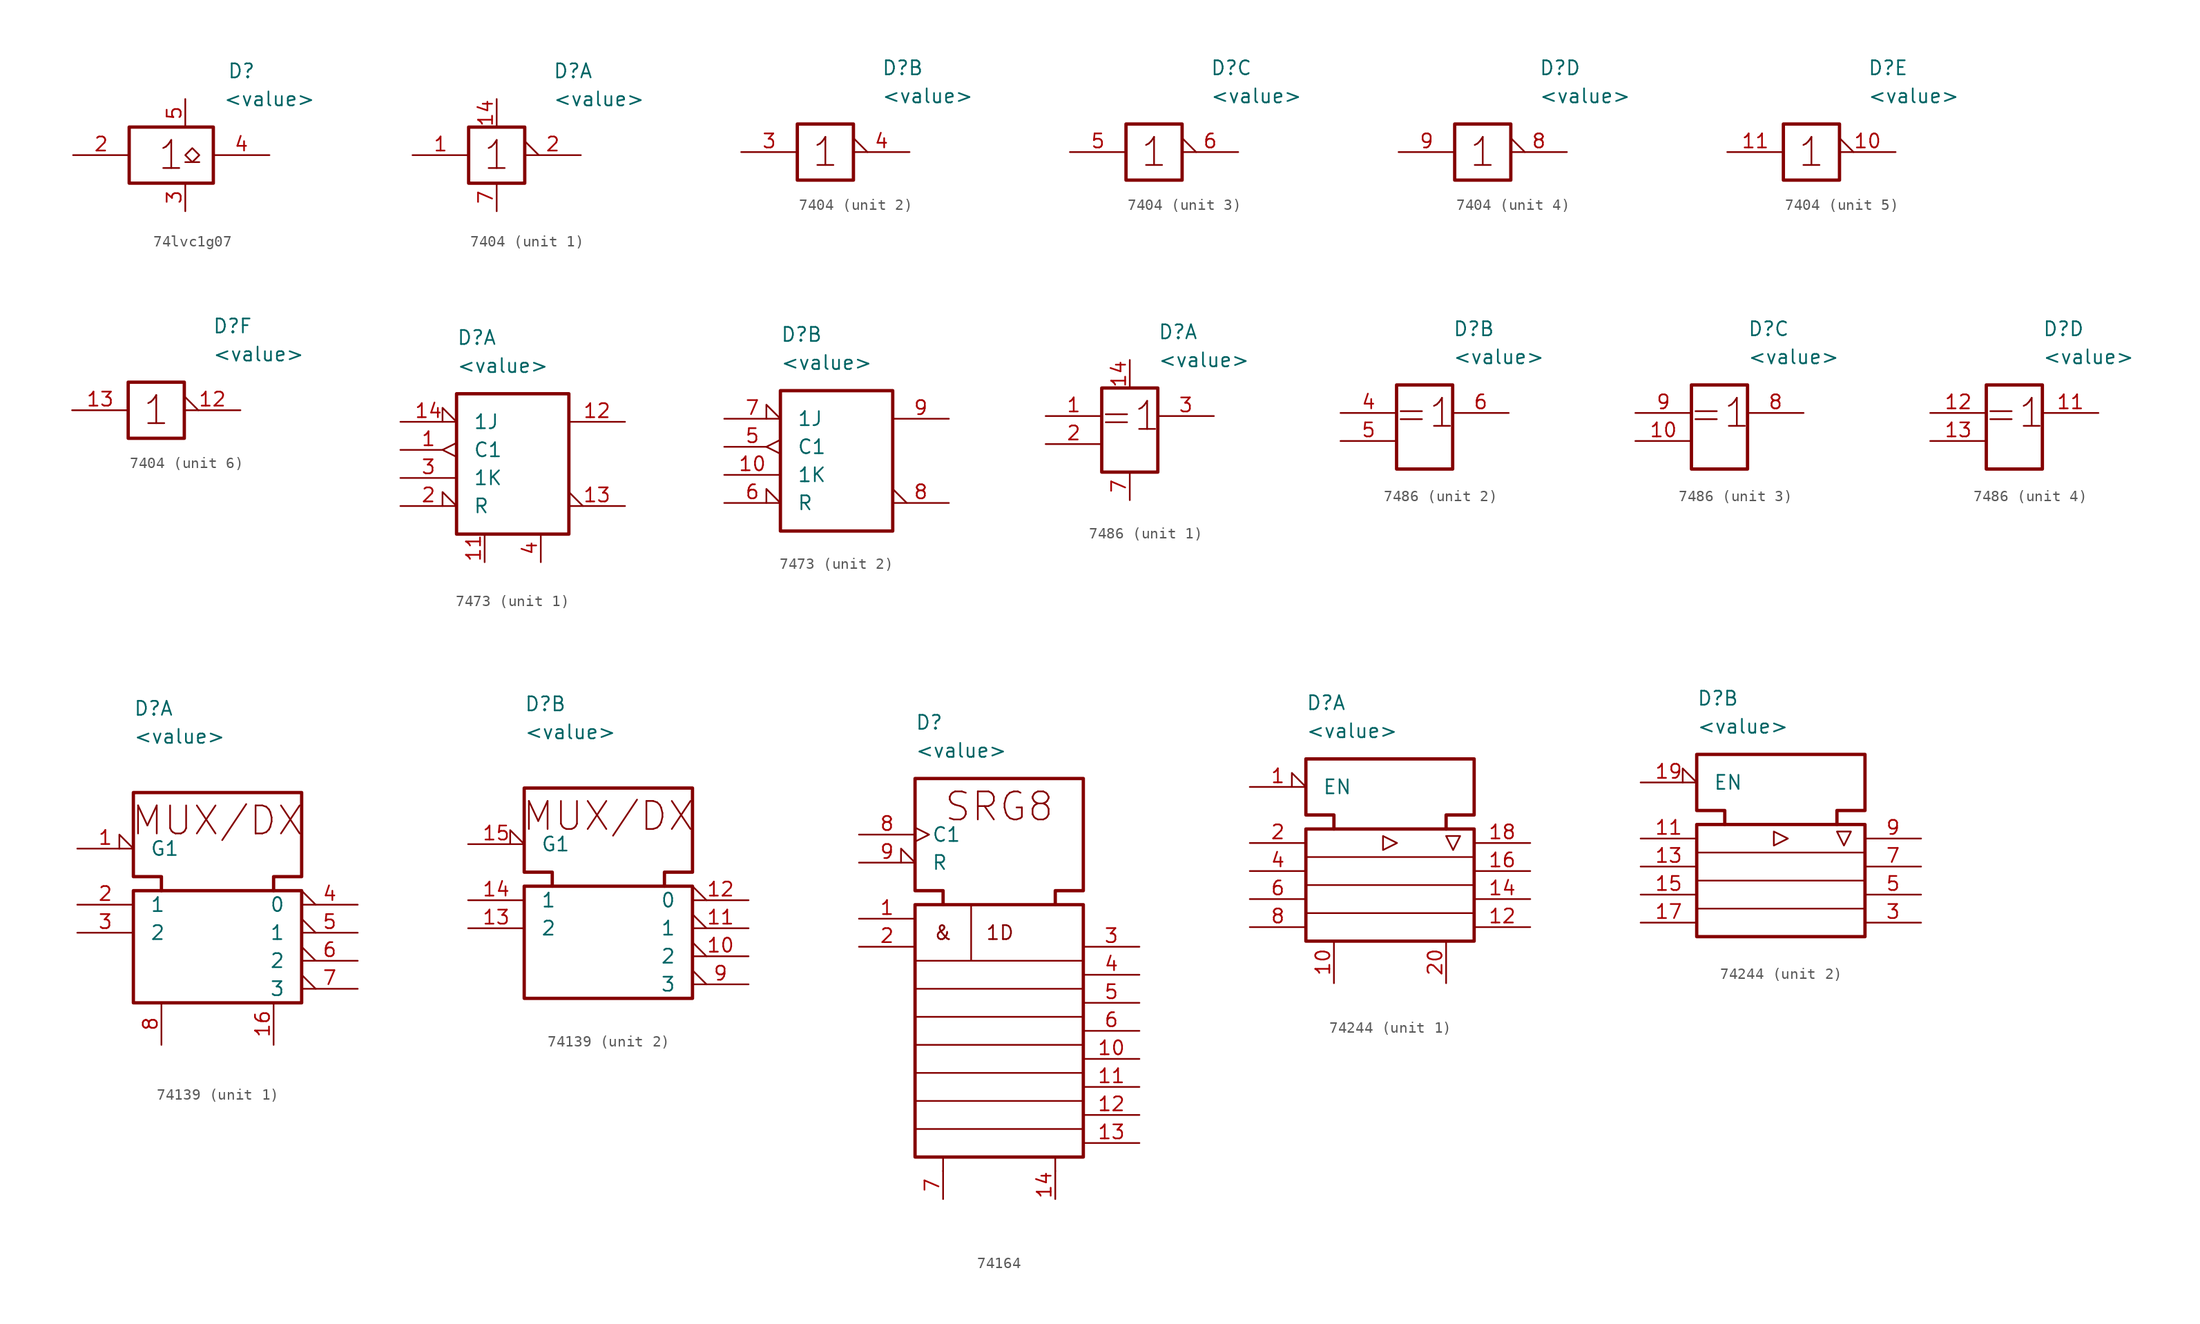
<source format=kicad_sym>
(kicad_symbol_lib
  (version 20231120)
  (generator "kicad_symbol_editor")
  (generator_version "8.0")
  (symbol "74lvc1g07"
    (property "Reference" "D"
      (at 7.62 7.62 0)
      (effects (font (size 1.27 1.27))))
    (property "Value" "<value>"
      (at 10.16 5.08 0)
      (effects (font (size 1.27 1.27))))
    (symbol "74lvc1g07_0_1"
      (rectangle (start -2.54 2.54) (end 5.08 -2.54) (stroke (width 0.3) (type default)) (fill (type none)))
      (polyline (pts (xy 2.54 -0.635) (xy 3.81 -0.635)) (stroke (width 0) (type default)) (fill (type none)))
      (polyline (pts (xy 3.175 0.635) (xy 2.54 0) (xy 3.175 -0.635) (xy 3.81 0) (xy 3.175 0.635)) (stroke (width 0) (type default)) (fill (type none)))
      (text "1" (at 1.27 0 0) (effects (font (size 2.54 2.54)))))
    (symbol "74lvc1g07_1_1"
      (pin input line (at -7.62 0 0) (length 5.08) (name "" (effects (font (size 1.27 1.27)))) (number "2" (effects (font (size 1.27 1.27)))))
      (pin power_in line (at 2.54 -5.08 90) (length 2.54) (name "" (effects (font (size 1.27 1.27)))) (number "3" (effects (font (size 1.27 1.27)))))
      (pin output line (at 10.16 0 180) (length 5.08) (name "" (effects (font (size 1.27 1.27)))) (number "4" (effects (font (size 1.27 1.27)))))
      (pin power_in line (at 2.54 5.08 270) (length 2.54) (name "" (effects (font (size 1.27 1.27)))) (number "5" (effects (font (size 1.27 1.27)))))))
  (symbol "7404"
    (pin_names
      (offset 1) hide)
    (property "Reference" "D"
      (at 7.62 7.62 0)
      (effects (font (size 1.27 1.27)) (justify left)))
    (property "Value" "<value>"
      (at 7.62 5.08 0)
      (effects (font (size 1.27 1.27)) (justify left)))
    (symbol "7404_0_1"
      (rectangle (start 0 2.54) (end 5.08 -2.54) (stroke (width 0.3) (type default)) (fill (type none)))
      (text "1" (at 2.54 0 0) (effects (font (size 2.54 2.54)))))
    (symbol "7404_1_1"
      (pin input line (at -5.08 0 0) (length 5.08) (name "" (effects (font (size 1.27 1.27)))) (number "1" (effects (font (size 1.27 1.27)))))
      (pin power_in line (at 2.54 5.08 270) (length 2.54) (name "" (effects (font (size 1.27 1.27)))) (number "14" (effects (font (size 1.27 1.27)))))
      (pin output output_low (at 10.16 0 180) (length 5.08) (name "" (effects (font (size 1.27 1.27)))) (number "2" (effects (font (size 1.27 1.27)))))
      (pin power_in line (at 2.54 -5.08 90) (length 2.54) (name "" (effects (font (size 1.27 1.27)))) (number "7" (effects (font (size 1.27 1.27))))))
    (symbol "7404_2_1"
      (pin input line (at -5.08 0 0) (length 5.08) (name "" (effects (font (size 1.27 1.27)))) (number "3" (effects (font (size 1.27 1.27)))))
      (pin output output_low (at 10.16 0 180) (length 5.08) (name "" (effects (font (size 1.27 1.27)))) (number "4" (effects (font (size 1.27 1.27))))))
    (symbol "7404_3_1"
      (pin input line (at -5.08 0 0) (length 5.08) (name "" (effects (font (size 1.27 1.27)))) (number "5" (effects (font (size 1.27 1.27)))))
      (pin output output_low (at 10.16 0 180) (length 5.08) (name "" (effects (font (size 1.27 1.27)))) (number "6" (effects (font (size 1.27 1.27))))))
    (symbol "7404_4_1"
      (pin output output_low (at 10.16 0 180) (length 5.08) (name "" (effects (font (size 1.27 1.27)))) (number "8" (effects (font (size 1.27 1.27)))))
      (pin input line (at -5.08 0 0) (length 5.08) (name "" (effects (font (size 1.27 1.27)))) (number "9" (effects (font (size 1.27 1.27))))))
    (symbol "7404_5_1"
      (pin output output_low (at 10.16 0 180) (length 5.08) (name "" (effects (font (size 1.27 1.27)))) (number "10" (effects (font (size 1.27 1.27)))))
      (pin input line (at -5.08 0 0) (length 5.08) (name "" (effects (font (size 1.27 1.27)))) (number "11" (effects (font (size 1.27 1.27))))))
    (symbol "7404_6_1"
      (pin output output_low (at 10.16 0 180) (length 5.08) (name "" (effects (font (size 1.27 1.27)))) (number "12" (effects (font (size 1.27 1.27)))))
      (pin input line (at -5.08 0 0) (length 5.08) (name "" (effects (font (size 1.27 1.27)))) (number "13" (effects (font (size 1.27 1.27)))))))
  (symbol "7473"
    (pin_names
      (offset 1.5))
    (property "Reference" "D"
      (at -5.08 10.16 0)
      (effects (font (size 1.27 1.27)) (justify left)))
    (property "Value" "<value>"
      (at -5.08 7.62 0)
      (effects (font (size 1.27 1.27)) (justify left)))
    (symbol "7473_0_1"
      (rectangle (start -5.08 5.08) (end 5.08 -7.62) (stroke (width 0.3) (type default)) (fill (type none))))
    (symbol "7473_1_1"
      (pin input edge_clock_high (at -10.16 0 0) (length 5.08) (name "C1" (effects (font (size 1.27 1.27)))) (number "1" (effects (font (size 1.27 1.27)))))
      (pin power_in line (at -2.54 -10.16 90) (length 2.54) (name "" (effects (font (size 1.27 1.27)))) (number "11" (effects (font (size 1.27 1.27)))))
      (pin output line (at 10.16 2.54 180) (length 5.08) (name "" (effects (font (size 1.27 1.27)))) (number "12" (effects (font (size 1.27 1.27)))))
      (pin output output_low (at 10.16 -5.08 180) (length 5.08) (name "" (effects (font (size 1.27 1.27)))) (number "13" (effects (font (size 1.27 1.27)))))
      (pin input input_low (at -10.16 2.54 0) (length 5.08) (name "1J" (effects (font (size 1.27 1.27)))) (number "14" (effects (font (size 1.27 1.27)))))
      (pin input input_low (at -10.16 -5.08 0) (length 5.08) (name "R" (effects (font (size 1.27 1.27)))) (number "2" (effects (font (size 1.27 1.27)))))
      (pin input line (at -10.16 -2.54 0) (length 5.08) (name "1K" (effects (font (size 1.27 1.27)))) (number "3" (effects (font (size 1.27 1.27)))))
      (pin power_in line (at 2.54 -10.16 90) (length 2.54) (name "" (effects (font (size 1.27 1.27)))) (number "4" (effects (font (size 1.27 1.27))))))
    (symbol "7473_2_1"
      (pin input line (at -10.16 -2.54 0) (length 5.08) (name "1K" (effects (font (size 1.27 1.27)))) (number "10" (effects (font (size 1.27 1.27)))))
      (pin input edge_clock_high (at -10.16 0 0) (length 5.08) (name "C1" (effects (font (size 1.27 1.27)))) (number "5" (effects (font (size 1.27 1.27)))))
      (pin input input_low (at -10.16 -5.08 0) (length 5.08) (name "R" (effects (font (size 1.27 1.27)))) (number "6" (effects (font (size 1.27 1.27)))))
      (pin input input_low (at -10.16 2.54 0) (length 5.08) (name "1J" (effects (font (size 1.27 1.27)))) (number "7" (effects (font (size 1.27 1.27)))))
      (pin output output_low (at 10.16 -5.08 180) (length 5.08) (name "" (effects (font (size 1.27 1.27)))) (number "8" (effects (font (size 1.27 1.27)))))
      (pin output line (at 10.16 2.54 180) (length 5.08) (name "" (effects (font (size 1.27 1.27)))) (number "9" (effects (font (size 1.27 1.27)))))))
  (symbol "7486"
    (pin_names
      (offset 1) hide)
    (property "Reference" "D"
      (at 2.54 7.62 0)
      (effects (font (size 1.27 1.27)) (justify left)))
    (property "Value" "<value>"
      (at 2.54 5.08 0)
      (effects (font (size 1.27 1.27)) (justify left)))
    (symbol "7486_0_1"
      (rectangle (start -2.54 2.54) (end 2.54 -5.08) (stroke (width 0.3) (type default)) (fill (type none)))
      (text "=1" (at 0 0 0) (effects (font (size 2.54 2.54)))))
    (symbol "7486_1_1"
      (pin input line (at -7.62 0 0) (length 5.08) (name "1" (effects (font (size 1.27 1.27)))) (number "1" (effects (font (size 1.27 1.27)))))
      (pin power_in line (at 0 5.08 270) (length 2.54) (name "VCC" (effects (font (size 1.27 1.27)))) (number "14" (effects (font (size 1.27 1.27)))))
      (pin input line (at -7.62 -2.54 0) (length 5.08) (name "2" (effects (font (size 1.27 1.27)))) (number "2" (effects (font (size 1.27 1.27)))))
      (pin output line (at 7.62 0 180) (length 5.08) (name "3" (effects (font (size 1.27 1.27)))) (number "3" (effects (font (size 1.27 1.27)))))
      (pin power_in line (at 0 -7.62 90) (length 2.54) (name "GND" (effects (font (size 1.27 1.27)))) (number "7" (effects (font (size 1.27 1.27))))))
    (symbol "7486_2_1"
      (pin input line (at -7.62 0 0) (length 5.08) (name "4" (effects (font (size 1.27 1.27)))) (number "4" (effects (font (size 1.27 1.27)))))
      (pin input line (at -7.62 -2.54 0) (length 5.08) (name "5" (effects (font (size 1.27 1.27)))) (number "5" (effects (font (size 1.27 1.27)))))
      (pin output line (at 7.62 0 180) (length 5.08) (name "6" (effects (font (size 1.27 1.27)))) (number "6" (effects (font (size 1.27 1.27))))))
    (symbol "7486_3_1"
      (pin input line (at -7.62 -2.54 0) (length 5.08) (name "10" (effects (font (size 1.27 1.27)))) (number "10" (effects (font (size 1.27 1.27)))))
      (pin output line (at 7.62 0 180) (length 5.08) (name "8" (effects (font (size 1.27 1.27)))) (number "8" (effects (font (size 1.27 1.27)))))
      (pin input line (at -7.62 0 0) (length 5.08) (name "9" (effects (font (size 1.27 1.27)))) (number "9" (effects (font (size 1.27 1.27))))))
    (symbol "7486_4_1"
      (pin output line (at 7.62 0 180) (length 5.08) (name "11" (effects (font (size 1.27 1.27)))) (number "11" (effects (font (size 1.27 1.27)))))
      (pin input line (at -7.62 0 0) (length 5.08) (name "12" (effects (font (size 1.27 1.27)))) (number "12" (effects (font (size 1.27 1.27)))))
      (pin input line (at -7.62 -2.54 0) (length 5.08) (name "13" (effects (font (size 1.27 1.27)))) (number "13" (effects (font (size 1.27 1.27)))))))
  (symbol "74139"
    (pin_names
      (offset 1.5))
    (property "Reference" "D"
      (at 5.08 12.7 0)
      (effects (font (size 1.27 1.27)) (justify left)))
    (property "Value" "<value>"
      (at 5.08 10.16 0)
      (effects (font (size 1.27 1.27)) (justify left)))
    (symbol "74139_0_1"
      (polyline (pts (xy 7.62 -3.81) (xy 7.62 -2.54) (xy 5.08 -2.54) (xy 5.08 5.08) (xy 20.32 5.08) (xy 20.32 -2.54) (xy 17.78 -2.54) (xy 17.78 -3.81)) (stroke (width 0.3) (type default)) (fill (type none)))
      (rectangle (start 5.08 -3.81) (end 20.32 -13.97) (stroke (width 0.3) (type default)) (fill (type none)))
      (text "MUX/DX" (at 12.7 2.54 0) (effects (font (size 2.54 2.54)))))
    (symbol "74139_1_1"
      (pin input input_low (at 0 0 0) (length 5.08) (name "G1" (effects (font (size 1.27 1.27)))) (number "1" (effects (font (size 1.27 1.27)))))
      (pin power_in line (at 17.78 -17.78 90) (length 3.81) (name "" (effects (font (size 1.27 1.27)))) (number "16" (effects (font (size 1.27 1.27)))))
      (pin input line (at 0 -5.08 0) (length 5.08) (name "1" (effects (font (size 1.27 1.27)))) (number "2" (effects (font (size 1.27 1.27)))))
      (pin input line (at 0 -7.62 0) (length 5.08) (name "2" (effects (font (size 1.27 1.27)))) (number "3" (effects (font (size 1.27 1.27)))))
      (pin output output_low (at 25.4 -5.08 180) (length 5.08) (name "0" (effects (font (size 1.27 1.27)))) (number "4" (effects (font (size 1.27 1.27)))))
      (pin output output_low (at 25.4 -7.62 180) (length 5.08) (name "1" (effects (font (size 1.27 1.27)))) (number "5" (effects (font (size 1.27 1.27)))))
      (pin output output_low (at 25.4 -10.16 180) (length 5.08) (name "2" (effects (font (size 1.27 1.27)))) (number "6" (effects (font (size 1.27 1.27)))))
      (pin output output_low (at 25.4 -12.7 180) (length 5.08) (name "3" (effects (font (size 1.27 1.27)))) (number "7" (effects (font (size 1.27 1.27)))))
      (pin power_in line (at 7.62 -17.78 90) (length 3.81) (name "" (effects (font (size 1.27 1.27)))) (number "8" (effects (font (size 1.27 1.27))))))
    (symbol "74139_2_1"
      (pin output output_low (at 25.4 -10.16 180) (length 5.08) (name "2" (effects (font (size 1.27 1.27)))) (number "10" (effects (font (size 1.27 1.27)))))
      (pin output output_low (at 25.4 -7.62 180) (length 5.08) (name "1" (effects (font (size 1.27 1.27)))) (number "11" (effects (font (size 1.27 1.27)))))
      (pin output output_low (at 25.4 -5.08 180) (length 5.08) (name "0" (effects (font (size 1.27 1.27)))) (number "12" (effects (font (size 1.27 1.27)))))
      (pin input line (at 0 -7.62 0) (length 5.08) (name "2" (effects (font (size 1.27 1.27)))) (number "13" (effects (font (size 1.27 1.27)))))
      (pin input line (at 0 -5.08 0) (length 5.08) (name "1" (effects (font (size 1.27 1.27)))) (number "14" (effects (font (size 1.27 1.27)))))
      (pin input input_low (at 0 0 0) (length 5.08) (name "G1" (effects (font (size 1.27 1.27)))) (number "15" (effects (font (size 1.27 1.27)))))
      (pin output output_low (at 25.4 -12.7 180) (length 5.08) (name "3" (effects (font (size 1.27 1.27)))) (number "9" (effects (font (size 1.27 1.27)))))))
  (symbol "74164"
    (pin_names
      (offset 1.5))
    (property "Reference" "D"
      (at -7.62 27.94 0)
      (effects (font (size 1.27 1.27)) (justify left)))
    (property "Value" "<value>"
      (at -7.62 25.4 0)
      (effects (font (size 1.27 1.27)) (justify left)))
    (symbol "74164_0_1"
      (rectangle (start -7.62 11.43) (end 7.62 -11.43) (stroke (width 0.3) (type default)) (fill (type none)))
      (polyline (pts (xy -5.08 -12.7) (xy -5.08 -11.43)) (stroke (width 0) (type default)) (fill (type none)))
      (polyline (pts (xy -2.54 11.43) (xy -2.54 6.35)) (stroke (width 0) (type default)) (fill (type none)))
      (polyline (pts (xy 5.08 -12.7) (xy 5.08 -11.43)) (stroke (width 0) (type default)) (fill (type none)))
      (polyline (pts (xy 7.62 -8.89) (xy -7.62 -8.89)) (stroke (width 0) (type default)) (fill (type none)))
      (polyline (pts (xy 7.62 -6.35) (xy -7.62 -6.35)) (stroke (width 0) (type default)) (fill (type none)))
      (polyline (pts (xy 7.62 -3.81) (xy -7.62 -3.81)) (stroke (width 0) (type default)) (fill (type none)))
      (polyline (pts (xy 7.62 -1.27) (xy -7.62 -1.27)) (stroke (width 0) (type default)) (fill (type none)))
      (polyline (pts (xy 7.62 1.27) (xy -7.62 1.27)) (stroke (width 0) (type default)) (fill (type none)))
      (polyline (pts (xy 7.62 3.81) (xy -7.62 3.81)) (stroke (width 0) (type default)) (fill (type none)))
      (polyline (pts (xy 7.62 6.35) (xy -7.62 6.35)) (stroke (width 0) (type default)) (fill (type none)))
      (polyline (pts (xy -5.08 11.43) (xy -5.08 12.7) (xy -7.62 12.7) (xy -7.62 22.86) (xy 7.62 22.86) (xy 7.62 12.7) (xy 5.08 12.7) (xy 5.08 11.43)) (stroke (width 0.3) (type default)) (fill (type none)))
      (text "SRG8" (at 0 20.32 0) (effects (font (size 2.54 2.54)))))
    (symbol "74164_1_1"
      (text "&" (at -5.08 8.89 0) (effects (font (size 1.27 1.27))))
      (text "1D" (at -1.27 8.89 0) (effects (font (size 1.27 1.27)) (justify left)))
      (pin input line (at -12.7 10.16 0) (length 5.08) (name "" (effects (font (size 1.27 1.27)))) (number "1" (effects (font (size 1.27 1.27)))))
      (pin output line (at 12.7 -2.54 180) (length 5.08) (name "" (effects (font (size 1.27 1.27)))) (number "10" (effects (font (size 1.27 1.27)))))
      (pin output line (at 12.7 -5.08 180) (length 5.08) (name "" (effects (font (size 1.27 1.27)))) (number "11" (effects (font (size 1.27 1.27)))))
      (pin output line (at 12.7 -7.62 180) (length 5.08) (name "" (effects (font (size 1.27 1.27)))) (number "12" (effects (font (size 1.27 1.27)))))
      (pin output line (at 12.7 -10.16 180) (length 5.08) (name "" (effects (font (size 1.27 1.27)))) (number "13" (effects (font (size 1.27 1.27)))))
      (pin power_in line (at 5.08 -15.24 90) (length 2.54) (name "" (effects (font (size 1.27 1.27)))) (number "14" (effects (font (size 1.27 1.27)))))
      (pin input line (at -12.7 7.62 0) (length 5.08) (name "" (effects (font (size 1.27 1.27)))) (number "2" (effects (font (size 1.27 1.27)))))
      (pin output line (at 12.7 7.62 180) (length 5.08) (name "" (effects (font (size 1.27 1.27)))) (number "3" (effects (font (size 1.27 1.27)))))
      (pin output line (at 12.7 5.08 180) (length 5.08) (name "" (effects (font (size 1.27 1.27)))) (number "4" (effects (font (size 1.27 1.27)))))
      (pin output line (at 12.7 2.54 180) (length 5.08) (name "" (effects (font (size 1.27 1.27)))) (number "5" (effects (font (size 1.27 1.27)))))
      (pin output line (at 12.7 0 180) (length 5.08) (name "" (effects (font (size 1.27 1.27)))) (number "6" (effects (font (size 1.27 1.27)))))
      (pin power_in line (at -5.08 -15.24 90) (length 2.54) (name "" (effects (font (size 1.27 1.27)))) (number "7" (effects (font (size 1.27 1.27)))))
      (pin input clock (at -12.7 17.78 0) (length 5.08) (name "C1" (effects (font (size 1.27 1.27)))) (number "8" (effects (font (size 1.27 1.27)))))
      (pin input input_low (at -12.7 15.24 0) (length 5.08) (name "R" (effects (font (size 1.27 1.27)))) (number "9" (effects (font (size 1.27 1.27)))))))
  (symbol "74244"
    (pin_names
      (offset 1.5))
    (property "Reference" "D"
      (at -7.62 22.86 0)
      (effects (font (size 1.27 1.27)) (justify left)))
    (property "Value" "<value>"
      (at -7.62 20.32 0)
      (effects (font (size 1.27 1.27)) (justify left)))
    (symbol "74244_0_1"
      (rectangle (start -7.62 11.43) (end 7.62 1.27) (stroke (width 0.3) (type default)) (fill (type none)))
      (polyline (pts (xy 7.62 3.81) (xy -7.62 3.81)) (stroke (width 0) (type default)) (fill (type none)))
      (polyline (pts (xy 7.62 6.35) (xy -7.62 6.35)) (stroke (width 0) (type default)) (fill (type none)))
      (polyline (pts (xy 7.62 8.89) (xy -7.62 8.89)) (stroke (width 0) (type default)) (fill (type none)))
      (polyline (pts (xy -0.635 9.525) (xy -0.635 10.795) (xy 0.635 10.16) (xy -0.635 9.525)) (stroke (width 0) (type default)) (fill (type none)))
      (polyline (pts (xy 5.08 10.795) (xy 6.35 10.795) (xy 5.715 9.525) (xy 5.08 10.795)) (stroke (width 0) (type default)) (fill (type none)))
      (polyline (pts (xy -5.08 11.43) (xy -5.08 12.7) (xy -7.62 12.7) (xy -7.62 17.78) (xy 7.62 17.78) (xy 7.62 12.7) (xy 5.08 12.7) (xy 5.08 11.43)) (stroke (width 0.3) (type default)) (fill (type none))))
    (symbol "74244_1_1"
      (pin input input_low (at -12.7 15.24 0) (length 5.08) (name "EN" (effects (font (size 1.27 1.27)))) (number "1" (effects (font (size 1.27 1.27)))))
      (pin power_in line (at -5.08 -2.54 90) (length 3.81) (name "" (effects (font (size 1.27 1.27)))) (number "10" (effects (font (size 1.27 1.27)))))
      (pin tri_state line (at 12.7 2.54 180) (length 5.08) (name "" (effects (font (size 1.27 1.27)))) (number "12" (effects (font (size 1.27 1.27)))))
      (pin tri_state line (at 12.7 5.08 180) (length 5.08) (name "" (effects (font (size 1.27 1.27)))) (number "14" (effects (font (size 1.27 1.27)))))
      (pin tri_state line (at 12.7 7.62 180) (length 5.08) (name "" (effects (font (size 1.27 1.27)))) (number "16" (effects (font (size 1.27 1.27)))))
      (pin tri_state line (at 12.7 10.16 180) (length 5.08) (name "" (effects (font (size 1.27 1.27)))) (number "18" (effects (font (size 1.27 1.27)))))
      (pin input line (at -12.7 10.16 0) (length 5.08) (name "" (effects (font (size 1.27 1.27)))) (number "2" (effects (font (size 1.27 1.27)))))
      (pin power_in line (at 5.08 -2.54 90) (length 3.81) (name "" (effects (font (size 1.27 1.27)))) (number "20" (effects (font (size 1.27 1.27)))))
      (pin input line (at -12.7 7.62 0) (length 5.08) (name "" (effects (font (size 1.27 1.27)))) (number "4" (effects (font (size 1.27 1.27)))))
      (pin input line (at -12.7 5.08 0) (length 5.08) (name "" (effects (font (size 1.27 1.27)))) (number "6" (effects (font (size 1.27 1.27)))))
      (pin input line (at -12.7 2.54 0) (length 5.08) (name "" (effects (font (size 1.27 1.27)))) (number "8" (effects (font (size 1.27 1.27))))))
    (symbol "74244_2_1"
      (pin input line (at -12.7 10.16 0) (length 5.08) (name "" (effects (font (size 1.27 1.27)))) (number "11" (effects (font (size 1.27 1.27)))))
      (pin input line (at -12.7 7.62 0) (length 5.08) (name "" (effects (font (size 1.27 1.27)))) (number "13" (effects (font (size 1.27 1.27)))))
      (pin input line (at -12.7 5.08 0) (length 5.08) (name "" (effects (font (size 1.27 1.27)))) (number "15" (effects (font (size 1.27 1.27)))))
      (pin input line (at -12.7 2.54 0) (length 5.08) (name "" (effects (font (size 1.27 1.27)))) (number "17" (effects (font (size 1.27 1.27)))))
      (pin input input_low (at -12.7 15.24 0) (length 5.08) (name "EN" (effects (font (size 1.27 1.27)))) (number "19" (effects (font (size 1.27 1.27)))))
      (pin tri_state line (at 12.7 2.54 180) (length 5.08) (name "" (effects (font (size 1.27 1.27)))) (number "3" (effects (font (size 1.27 1.27)))))
      (pin tri_state line (at 12.7 5.08 180) (length 5.08) (name "" (effects (font (size 1.27 1.27)))) (number "5" (effects (font (size 1.27 1.27)))))
      (pin tri_state line (at 12.7 7.62 180) (length 5.08) (name "" (effects (font (size 1.27 1.27)))) (number "7" (effects (font (size 1.27 1.27)))))
      (pin tri_state line (at 12.7 10.16 180) (length 5.08) (name "" (effects (font (size 1.27 1.27)))) (number "9" (effects (font (size 1.27 1.27))))))))
</source>
